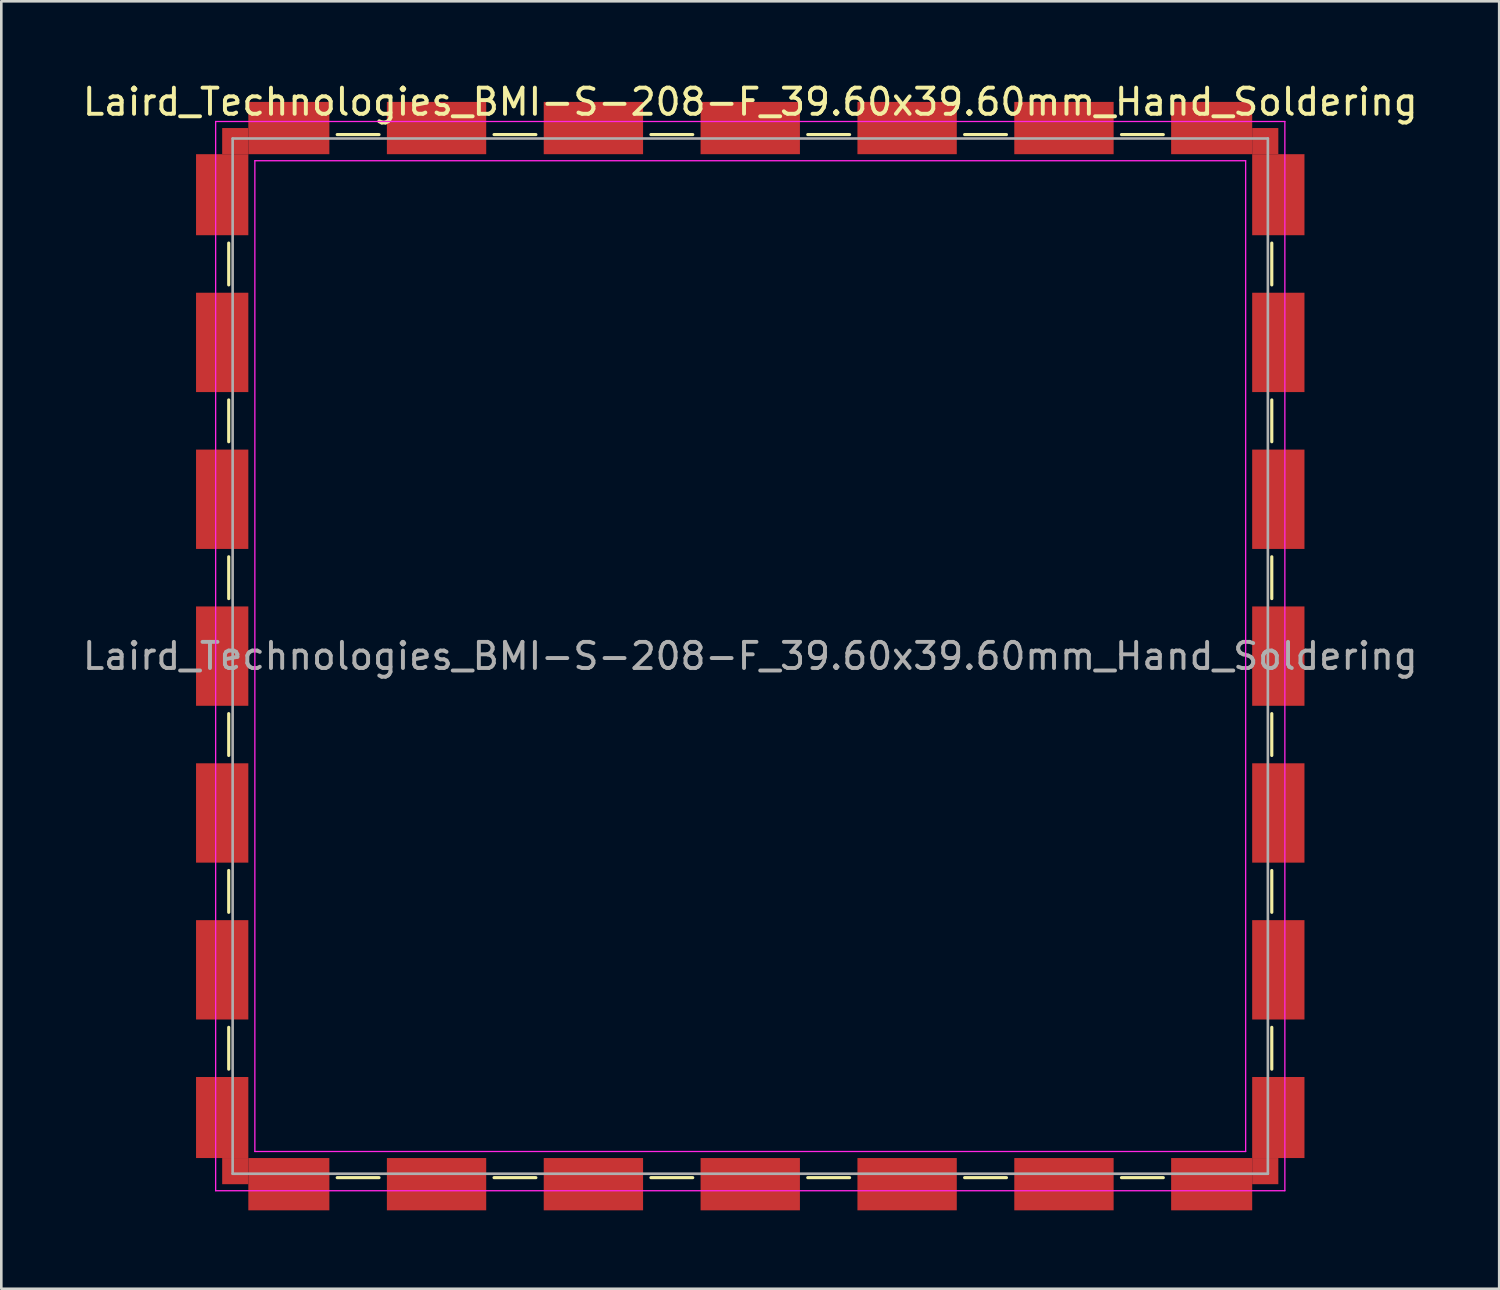
<source format=kicad_pcb>
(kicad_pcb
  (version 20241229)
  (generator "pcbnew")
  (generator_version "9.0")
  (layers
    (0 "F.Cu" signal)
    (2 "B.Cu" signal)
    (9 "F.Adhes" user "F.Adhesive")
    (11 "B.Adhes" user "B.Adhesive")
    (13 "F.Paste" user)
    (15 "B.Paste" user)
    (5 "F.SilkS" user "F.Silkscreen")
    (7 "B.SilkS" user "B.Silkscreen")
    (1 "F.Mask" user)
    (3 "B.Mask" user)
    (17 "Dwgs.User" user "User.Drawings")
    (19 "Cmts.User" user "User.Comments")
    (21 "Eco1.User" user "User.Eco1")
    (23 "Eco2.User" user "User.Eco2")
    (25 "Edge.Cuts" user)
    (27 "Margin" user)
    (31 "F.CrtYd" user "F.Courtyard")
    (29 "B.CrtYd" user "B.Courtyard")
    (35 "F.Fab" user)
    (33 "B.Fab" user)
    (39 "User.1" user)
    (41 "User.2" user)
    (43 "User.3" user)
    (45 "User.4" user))
  (footprint "Laird_Technologies_BMI-S-208-F_39.60x39.60mm_Hand_Soldering"
    (layer "F.Cu")
    (at 25.649 22.048)
    (property "Reference" "Laird_Technologies_BMI-S-208-F_39.60x39.60mm_Hand_Soldering" (at 0 -21.2 0) (layer "F.SilkS") (effects (font (size 1 1) (thickness 0.15))))
    (attr smd)
    (fp_line (start -19.95 -15.8) (end -19.95 -14.2) (stroke (width 0.12) (type solid)) (layer "F.SilkS"))
    (fp_line (start -19.95 -9.8) (end -19.95 -8.2) (stroke (width 0.12) (type solid)) (layer "F.SilkS"))
    (fp_line (start -19.95 -3.8) (end -19.95 -2.2) (stroke (width 0.12) (type solid)) (layer "F.SilkS"))
    (fp_line (start -19.95 2.2) (end -19.95 3.8) (stroke (width 0.12) (type solid)) (layer "F.SilkS"))
    (fp_line (start -19.95 8.2) (end -19.95 9.8) (stroke (width 0.12) (type solid)) (layer "F.SilkS"))
    (fp_line (start -19.95 14.2) (end -19.95 15.8) (stroke (width 0.12) (type solid)) (layer "F.SilkS"))
    (fp_line (start -15.8 -19.95) (end -14.2 -19.95) (stroke (width 0.12) (type solid)) (layer "F.SilkS"))
    (fp_line (start -15.8 19.95) (end -14.2 19.95) (stroke (width 0.12) (type solid)) (layer "F.SilkS"))
    (fp_line (start -9.8 -19.95) (end -8.2 -19.95) (stroke (width 0.12) (type solid)) (layer "F.SilkS"))
    (fp_line (start -9.8 19.95) (end -8.2 19.95) (stroke (width 0.12) (type solid)) (layer "F.SilkS"))
    (fp_line (start -3.8 -19.95) (end -2.2 -19.95) (stroke (width 0.12) (type solid)) (layer "F.SilkS"))
    (fp_line (start -3.8 19.95) (end -2.2 19.95) (stroke (width 0.12) (type solid)) (layer "F.SilkS"))
    (fp_line (start 2.2 -19.95) (end 3.8 -19.95) (stroke (width 0.12) (type solid)) (layer "F.SilkS"))
    (fp_line (start 2.2 19.95) (end 3.8 19.95) (stroke (width 0.12) (type solid)) (layer "F.SilkS"))
    (fp_line (start 8.2 -19.95) (end 9.8 -19.95) (stroke (width 0.12) (type solid)) (layer "F.SilkS"))
    (fp_line (start 8.2 19.95) (end 9.8 19.95) (stroke (width 0.12) (type solid)) (layer "F.SilkS"))
    (fp_line (start 14.2 -19.95) (end 15.8 -19.95) (stroke (width 0.12) (type solid)) (layer "F.SilkS"))
    (fp_line (start 14.2 19.95) (end 15.8 19.95) (stroke (width 0.12) (type solid)) (layer "F.SilkS"))
    (fp_line (start 19.95 -15.8) (end 19.95 -14.2) (stroke (width 0.12) (type solid)) (layer "F.SilkS"))
    (fp_line (start 19.95 -9.8) (end 19.95 -8.2) (stroke (width 0.12) (type solid)) (layer "F.SilkS"))
    (fp_line (start 19.95 -3.8) (end 19.95 -2.2) (stroke (width 0.12) (type solid)) (layer "F.SilkS"))
    (fp_line (start 19.95 2.2) (end 19.95 3.8) (stroke (width 0.12) (type solid)) (layer "F.SilkS"))
    (fp_line (start 19.95 8.2) (end 19.95 9.8) (stroke (width 0.12) (type solid)) (layer "F.SilkS"))
    (fp_line (start 19.95 14.2) (end 19.95 15.8) (stroke (width 0.12) (type solid)) (layer "F.SilkS"))
    (fp_line (start -20.45 -20.45) (end -20.45 20.45) (stroke (width 0.05) (type solid)) (layer "F.CrtYd"))
    (fp_line (start -20.45 20.45) (end 20.45 20.45) (stroke (width 0.05) (type solid)) (layer "F.CrtYd"))
    (fp_line (start -18.95 -18.95) (end -18.95 18.95) (stroke (width 0.05) (type solid)) (layer "F.CrtYd"))
    (fp_line (start 18.95 -18.95) (end -18.95 -18.95) (stroke (width 0.05) (type solid)) (layer "F.CrtYd"))
    (fp_line (start 18.95 -18.95) (end 18.95 18.95) (stroke (width 0.05) (type solid)) (layer "F.CrtYd"))
    (fp_line (start 18.95 18.95) (end -18.95 18.95) (stroke (width 0.05) (type solid)) (layer "F.CrtYd"))
    (fp_line (start 20.45 -20.45) (end -20.45 -20.45) (stroke (width 0.05) (type solid)) (layer "F.CrtYd"))
    (fp_line (start 20.45 20.45) (end 20.45 -20.45) (stroke (width 0.05) (type solid)) (layer "F.CrtYd"))
    (fp_line (start -19.8 -19.8) (end -19.8 19.8) (stroke (width 0.1) (type solid)) (layer "F.Fab"))
    (fp_line (start -19.8 19.8) (end 19.8 19.8) (stroke (width 0.1) (type solid)) (layer "F.Fab"))
    (fp_line (start 19.8 -19.8) (end -19.8 -19.8) (stroke (width 0.1) (type solid)) (layer "F.Fab"))
    (fp_line (start 19.8 19.8) (end 19.8 -19.8) (stroke (width 0.1) (type solid)) (layer "F.Fab"))
    (fp_text user "${REFERENCE}" (at 0 0 0) (layer "F.Fab") (effects (font (size 1 1) (thickness 0.15))))
    (pad "1" smd rect (at -19.7 -19.7) (size 1 1) (layers "F.Cu" "F.Mask" "F.Paste"))
    (pad "1" smd rect (at -19.7 -17.65) (size 2 3.1) (drill (offset -0.5 0)) (layers "F.Cu" "F.Mask" "F.Paste"))
    (pad "1" smd rect (at -19.7 -12) (size 2 3.8) (drill (offset -0.5 0)) (layers "F.Cu" "F.Mask" "F.Paste"))
    (pad "1" smd rect (at -19.7 -6) (size 2 3.8) (drill (offset -0.5 0)) (layers "F.Cu" "F.Mask" "F.Paste"))
    (pad "1" smd rect (at -19.7 0) (size 2 3.8) (drill (offset -0.5 0)) (layers "F.Cu" "F.Mask" "F.Paste"))
    (pad "1" smd rect (at -19.7 6) (size 2 3.8) (drill (offset -0.5 0)) (layers "F.Cu" "F.Mask" "F.Paste"))
    (pad "1" smd rect (at -19.7 12) (size 2 3.8) (drill (offset -0.5 0)) (layers "F.Cu" "F.Mask" "F.Paste"))
    (pad "1" smd rect (at -19.7 17.65) (size 2 3.1) (drill (offset -0.5 0)) (layers "F.Cu" "F.Mask" "F.Paste"))
    (pad "1" smd rect (at -19.7 19.7) (size 1 1) (layers "F.Cu" "F.Mask" "F.Paste"))
    (pad "1" smd rect (at -17.65 -19.7) (size 3.1 2) (drill (offset 0 -0.5)) (layers "F.Cu" "F.Mask" "F.Paste"))
    (pad "1" smd rect (at -17.65 19.7) (size 3.1 2) (drill (offset 0 0.5)) (layers "F.Cu" "F.Mask" "F.Paste"))
    (pad "1" smd rect (at -12 -19.7) (size 3.8 2) (drill (offset 0 -0.5)) (layers "F.Cu" "F.Mask" "F.Paste"))
    (pad "1" smd rect (at -12 19.7) (size 3.8 2) (drill (offset 0 0.5)) (layers "F.Cu" "F.Mask" "F.Paste"))
    (pad "1" smd rect (at -6 -19.7) (size 3.8 2) (drill (offset 0 -0.5)) (layers "F.Cu" "F.Mask" "F.Paste"))
    (pad "1" smd rect (at -6 19.7) (size 3.8 2) (drill (offset 0 0.5)) (layers "F.Cu" "F.Mask" "F.Paste"))
    (pad "1" smd rect (at 0 -19.7) (size 3.8 2) (drill (offset 0 -0.5)) (layers "F.Cu" "F.Mask" "F.Paste"))
    (pad "1" smd rect (at 0 19.7) (size 3.8 2) (drill (offset 0 0.5)) (layers "F.Cu" "F.Mask" "F.Paste"))
    (pad "1" smd rect (at 6 -19.7) (size 3.8 2) (drill (offset 0 -0.5)) (layers "F.Cu" "F.Mask" "F.Paste"))
    (pad "1" smd rect (at 6 19.7) (size 3.8 2) (drill (offset 0 0.5)) (layers "F.Cu" "F.Mask" "F.Paste"))
    (pad "1" smd rect (at 12 -19.7) (size 3.8 2) (drill (offset 0 -0.5)) (layers "F.Cu" "F.Mask" "F.Paste"))
    (pad "1" smd rect (at 12 19.7) (size 3.8 2) (drill (offset 0 0.5)) (layers "F.Cu" "F.Mask" "F.Paste"))
    (pad "1" smd rect (at 17.65 -19.7) (size 3.1 2) (drill (offset 0 -0.5)) (layers "F.Cu" "F.Mask" "F.Paste"))
    (pad "1" smd rect (at 17.65 19.7) (size 3.1 2) (drill (offset 0 0.5)) (layers "F.Cu" "F.Mask" "F.Paste"))
    (pad "1" smd rect (at 19.7 -19.7) (size 1 1) (layers "F.Cu" "F.Mask" "F.Paste"))
    (pad "1" smd rect (at 19.7 -17.65) (size 2 3.1) (drill (offset 0.5 0)) (layers "F.Cu" "F.Mask" "F.Paste"))
    (pad "1" smd rect (at 19.7 -12) (size 2 3.8) (drill (offset 0.5 0)) (layers "F.Cu" "F.Mask" "F.Paste"))
    (pad "1" smd rect (at 19.7 -6) (size 2 3.8) (drill (offset 0.5 0)) (layers "F.Cu" "F.Mask" "F.Paste"))
    (pad "1" smd rect (at 19.7 0) (size 2 3.8) (drill (offset 0.5 0)) (layers "F.Cu" "F.Mask" "F.Paste"))
    (pad "1" smd rect (at 19.7 6) (size 2 3.8) (drill (offset 0.5 0)) (layers "F.Cu" "F.Mask" "F.Paste"))
    (pad "1" smd rect (at 19.7 12) (size 2 3.8) (drill (offset 0.5 0)) (layers "F.Cu" "F.Mask" "F.Paste"))
    (pad "1" smd rect (at 19.7 17.65) (size 2 3.1) (drill (offset 0.5 0)) (layers "F.Cu" "F.Mask" "F.Paste"))
    (pad "1" smd rect (at 19.7 19.7) (size 1 1) (layers "F.Cu" "F.Mask" "F.Paste")))
  (gr_rect
    (start -3 -3)
    (end 54.298 46.248)
    (stroke (width 0.1) (type default))
    (fill no)
    (layer "Edge.Cuts")))
</source>
